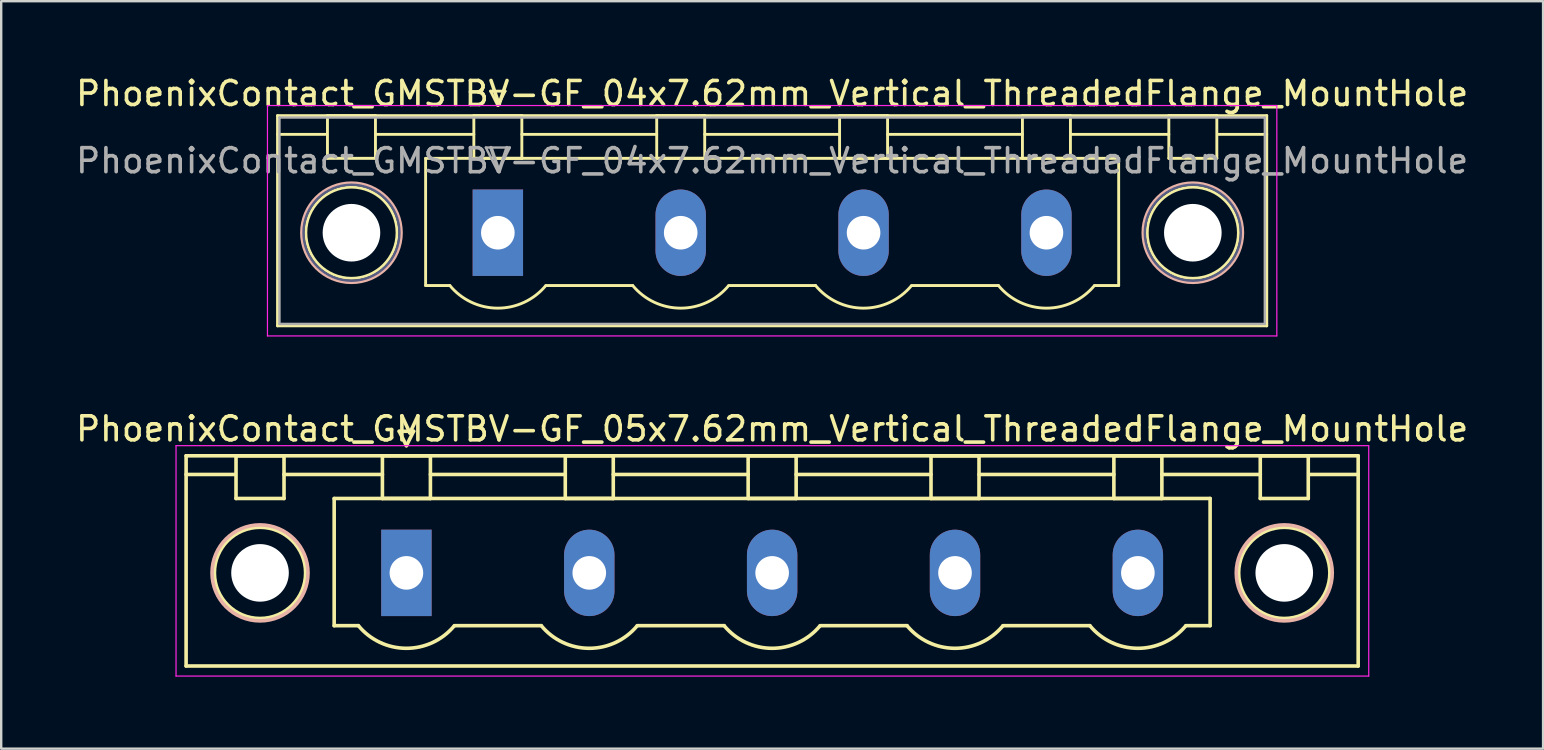
<source format=kicad_pcb>
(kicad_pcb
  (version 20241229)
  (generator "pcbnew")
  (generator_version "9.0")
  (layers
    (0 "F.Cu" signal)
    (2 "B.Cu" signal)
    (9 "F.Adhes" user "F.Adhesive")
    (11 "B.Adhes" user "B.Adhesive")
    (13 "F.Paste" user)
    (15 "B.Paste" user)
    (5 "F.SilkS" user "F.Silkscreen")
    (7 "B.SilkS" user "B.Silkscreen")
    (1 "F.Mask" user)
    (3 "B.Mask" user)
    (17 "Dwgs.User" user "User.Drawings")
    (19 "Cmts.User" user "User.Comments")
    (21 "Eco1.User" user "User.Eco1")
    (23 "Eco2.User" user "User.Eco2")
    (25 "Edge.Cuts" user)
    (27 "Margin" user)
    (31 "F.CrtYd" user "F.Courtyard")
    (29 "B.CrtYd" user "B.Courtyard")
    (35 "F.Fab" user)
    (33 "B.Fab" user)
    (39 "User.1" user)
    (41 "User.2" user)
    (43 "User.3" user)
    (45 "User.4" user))
  (footprint "PhoenixContact_GMSTBV-GF_05x7.62mm_Vertical_ThreadedFlange_MountHole"
    (layer "F.Cu")
    (at 13.885 20.822)
    (property "Reference" "PhoenixContact_GMSTBV-GF_05x7.62mm_Vertical_ThreadedFlange_MountHole" (at 15.24 -6 0) (layer "F.SilkS") (effects (font (size 1 1) (thickness 0.15))))
    (attr through_hole)
    (fp_line (start -9.18 -4.88) (end -9.18 3.88) (stroke (width 0.15) (type solid)) (layer "F.SilkS"))
    (fp_line (start -9.18 -4.1) (end -7.18 -4.1) (stroke (width 0.15) (type solid)) (layer "F.SilkS"))
    (fp_line (start -9.18 3.88) (end 39.66 3.88) (stroke (width 0.15) (type solid)) (layer "F.SilkS"))
    (fp_line (start -7.1 -4.88) (end -5.1 -4.88) (stroke (width 0.15) (type solid)) (layer "F.SilkS"))
    (fp_line (start -7.1 -3.1) (end -7.1 -4.88) (stroke (width 0.15) (type solid)) (layer "F.SilkS"))
    (fp_line (start -5.1 -4.88) (end -5.1 -3.1) (stroke (width 0.15) (type solid)) (layer "F.SilkS"))
    (fp_line (start -5.1 -4.1) (end -1 -4.1) (stroke (width 0.15) (type solid)) (layer "F.SilkS"))
    (fp_line (start -5.1 -3.1) (end -7.1 -3.1) (stroke (width 0.15) (type solid)) (layer "F.SilkS"))
    (fp_line (start -3.01 -3.1) (end 33.49 -3.1) (stroke (width 0.15) (type solid)) (layer "F.SilkS"))
    (fp_line (start -3.01 2.2) (end -3.01 -3.1) (stroke (width 0.15) (type solid)) (layer "F.SilkS"))
    (fp_line (start -2 2.2) (end -3.01 2.2) (stroke (width 0.15) (type solid)) (layer "F.SilkS"))
    (fp_line (start -1 -4.88) (end 1 -4.88) (stroke (width 0.15) (type solid)) (layer "F.SilkS"))
    (fp_line (start -1 -3.1) (end -1 -4.88) (stroke (width 0.15) (type solid)) (layer "F.SilkS"))
    (fp_line (start -0.3 -5.9) (end 0 -5.3) (stroke (width 0.15) (type solid)) (layer "F.SilkS"))
    (fp_line (start 0 -5.3) (end 0.3 -5.9) (stroke (width 0.15) (type solid)) (layer "F.SilkS"))
    (fp_line (start 0.3 -5.9) (end -0.3 -5.9) (stroke (width 0.15) (type solid)) (layer "F.SilkS"))
    (fp_line (start 1 -4.88) (end 1 -3.1) (stroke (width 0.15) (type solid)) (layer "F.SilkS"))
    (fp_line (start 1 -4.1) (end 6.62 -4.1) (stroke (width 0.15) (type solid)) (layer "F.SilkS"))
    (fp_line (start 1 -3.1) (end -1 -3.1) (stroke (width 0.15) (type solid)) (layer "F.SilkS"))
    (fp_line (start 2 2.2) (end 5.62 2.2) (stroke (width 0.15) (type solid)) (layer "F.SilkS"))
    (fp_line (start 6.62 -4.88) (end 8.62 -4.88) (stroke (width 0.15) (type solid)) (layer "F.SilkS"))
    (fp_line (start 6.62 -3.1) (end 6.62 -4.88) (stroke (width 0.15) (type solid)) (layer "F.SilkS"))
    (fp_line (start 8.62 -4.88) (end 8.62 -3.1) (stroke (width 0.15) (type solid)) (layer "F.SilkS"))
    (fp_line (start 8.62 -4.1) (end 14.24 -4.1) (stroke (width 0.15) (type solid)) (layer "F.SilkS"))
    (fp_line (start 8.62 -3.1) (end 6.62 -3.1) (stroke (width 0.15) (type solid)) (layer "F.SilkS"))
    (fp_line (start 9.62 2.2) (end 13.24 2.2) (stroke (width 0.15) (type solid)) (layer "F.SilkS"))
    (fp_line (start 14.24 -4.88) (end 16.24 -4.88) (stroke (width 0.15) (type solid)) (layer "F.SilkS"))
    (fp_line (start 14.24 -3.1) (end 14.24 -4.88) (stroke (width 0.15) (type solid)) (layer "F.SilkS"))
    (fp_line (start 16.24 -4.88) (end 16.24 -3.1) (stroke (width 0.15) (type solid)) (layer "F.SilkS"))
    (fp_line (start 16.24 -4.1) (end 21.86 -4.1) (stroke (width 0.15) (type solid)) (layer "F.SilkS"))
    (fp_line (start 16.24 -3.1) (end 14.24 -3.1) (stroke (width 0.15) (type solid)) (layer "F.SilkS"))
    (fp_line (start 17.24 2.2) (end 20.86 2.2) (stroke (width 0.15) (type solid)) (layer "F.SilkS"))
    (fp_line (start 21.86 -4.88) (end 23.86 -4.88) (stroke (width 0.15) (type solid)) (layer "F.SilkS"))
    (fp_line (start 21.86 -3.1) (end 21.86 -4.88) (stroke (width 0.15) (type solid)) (layer "F.SilkS"))
    (fp_line (start 23.86 -4.88) (end 23.86 -3.1) (stroke (width 0.15) (type solid)) (layer "F.SilkS"))
    (fp_line (start 23.86 -4.1) (end 29.48 -4.1) (stroke (width 0.15) (type solid)) (layer "F.SilkS"))
    (fp_line (start 23.86 -3.1) (end 21.86 -3.1) (stroke (width 0.15) (type solid)) (layer "F.SilkS"))
    (fp_line (start 24.86 2.2) (end 28.48 2.2) (stroke (width 0.15) (type solid)) (layer "F.SilkS"))
    (fp_line (start 29.48 -4.88) (end 31.48 -4.88) (stroke (width 0.15) (type solid)) (layer "F.SilkS"))
    (fp_line (start 29.48 -3.1) (end 29.48 -4.88) (stroke (width 0.15) (type solid)) (layer "F.SilkS"))
    (fp_line (start 31.48 -4.88) (end 31.48 -3.1) (stroke (width 0.15) (type solid)) (layer "F.SilkS"))
    (fp_line (start 31.48 -4.1) (end 35.58 -4.1) (stroke (width 0.15) (type solid)) (layer "F.SilkS"))
    (fp_line (start 31.48 -3.1) (end 29.48 -3.1) (stroke (width 0.15) (type solid)) (layer "F.SilkS"))
    (fp_line (start 33.49 -3.1) (end 33.49 2.2) (stroke (width 0.15) (type solid)) (layer "F.SilkS"))
    (fp_line (start 33.49 2.2) (end 32.48 2.2) (stroke (width 0.15) (type solid)) (layer "F.SilkS"))
    (fp_line (start 35.58 -4.88) (end 37.58 -4.88) (stroke (width 0.15) (type solid)) (layer "F.SilkS"))
    (fp_line (start 35.58 -3.1) (end 35.58 -4.88) (stroke (width 0.15) (type solid)) (layer "F.SilkS"))
    (fp_line (start 37.58 -4.88) (end 37.58 -3.1) (stroke (width 0.15) (type solid)) (layer "F.SilkS"))
    (fp_line (start 37.58 -3.1) (end 35.58 -3.1) (stroke (width 0.15) (type solid)) (layer "F.SilkS"))
    (fp_line (start 39.66 -4.88) (end -9.18 -4.88) (stroke (width 0.15) (type solid)) (layer "F.SilkS"))
    (fp_line (start 39.66 -4.1) (end 37.66 -4.1) (stroke (width 0.15) (type solid)) (layer "F.SilkS"))
    (fp_line (start 39.66 3.88) (end 39.66 -4.88) (stroke (width 0.15) (type solid)) (layer "F.SilkS"))
    (fp_arc (start 1.986842 2.215821) (mid -0.010289 3.142758) (end -2 2.2) (stroke (width 0.15) (type solid)) (layer "F.SilkS"))
    (fp_arc (start 9.606842 2.215821) (mid 7.609711 3.142758) (end 5.62 2.2) (stroke (width 0.15) (type solid)) (layer "F.SilkS"))
    (fp_arc (start 17.226842 2.215821) (mid 15.229711 3.142758) (end 13.24 2.2) (stroke (width 0.15) (type solid)) (layer "F.SilkS"))
    (fp_arc (start 24.846842 2.215821) (mid 22.849711 3.142758) (end 20.86 2.2) (stroke (width 0.15) (type solid)) (layer "F.SilkS"))
    (fp_arc (start 32.466842 2.215821) (mid 30.469711 3.142758) (end 28.48 2.2) (stroke (width 0.15) (type solid)) (layer "F.SilkS"))
    (fp_circle (center -6.1 0) (end -5.1 0) (stroke (width 0.15) (type solid)) (fill no) (layer "F.SilkS"))
    (fp_circle (center -6.1 0) (end -4.2 0) (stroke (width 0.15) (type solid)) (fill no) (layer "F.SilkS"))
    (fp_circle (center 36.58 0) (end 37.58 0) (stroke (width 0.15) (type solid)) (fill no) (layer "F.SilkS"))
    (fp_circle (center 36.58 0) (end 38.48 0) (stroke (width 0.15) (type solid)) (fill no) (layer "F.SilkS"))
    (fp_circle (center -6.1 0) (end -4.1 0) (stroke (width 0.15) (type solid)) (fill no) (layer "B.SilkS"))
    (fp_circle (center 36.58 0) (end 38.58 0) (stroke (width 0.15) (type solid)) (fill no) (layer "B.SilkS"))
    (fp_line (start -9.6 -5.3) (end -9.6 4.3) (stroke (width 0.05) (type solid)) (layer "F.CrtYd"))
    (fp_line (start -9.6 4.3) (end 40.1 4.3) (stroke (width 0.05) (type solid)) (layer "F.CrtYd"))
    (fp_line (start 40.1 -5.3) (end -9.6 -5.3) (stroke (width 0.05) (type solid)) (layer "F.CrtYd"))
    (fp_line (start 40.1 4.3) (end 40.1 -5.3) (stroke (width 0.05) (type solid)) (layer "F.CrtYd"))
    (pad "" np_thru_hole circle (at -6.1 0) (size 2.4 2.4) (drill 2.4) (layers "*.Cu" "*.Mask"))
    (pad "" np_thru_hole circle (at 36.58 0) (size 2.4 2.4) (drill 2.4) (layers "*.Cu" "*.Mask"))
    (pad "1" thru_hole rect (at 0 0) (size 2.1 3.6) (drill 1.4) (layers "*.Cu" "*.Mask"))
    (pad "2" thru_hole oval (at 7.62 0) (size 2.1 3.6) (drill 1.4) (layers "*.Cu" "*.Mask"))
    (pad "3" thru_hole oval (at 15.24 0) (size 2.1 3.6) (drill 1.4) (layers "*.Cu" "*.Mask"))
    (pad "4" thru_hole oval (at 22.86 0) (size 2.1 3.6) (drill 1.4) (layers "*.Cu" "*.Mask"))
    (pad "5" thru_hole oval (at 30.48 0) (size 2.1 3.6) (drill 1.4) (layers "*.Cu" "*.Mask")))
  (footprint "PhoenixContact_GMSTBV-GF_04x7.62mm_Vertical_ThreadedFlange_MountHole"
    (layer "F.Cu")
    (at 17.695 6.648)
    (property "Reference" "PhoenixContact_GMSTBV-GF_04x7.62mm_Vertical_ThreadedFlange_MountHole" (at 11.43 -5.8 0) (layer "F.SilkS") (effects (font (size 1 1) (thickness 0.15))))
    (attr through_hole)
    (fp_line (start -9.18 -4.88) (end -9.18 3.88) (stroke (width 0.12) (type solid)) (layer "F.SilkS"))
    (fp_line (start -9.18 -4.1) (end -7.18 -4.1) (stroke (width 0.12) (type solid)) (layer "F.SilkS"))
    (fp_line (start -9.18 3.88) (end 32.04 3.88) (stroke (width 0.12) (type solid)) (layer "F.SilkS"))
    (fp_line (start -7.1 -4.88) (end -5.1 -4.88) (stroke (width 0.12) (type solid)) (layer "F.SilkS"))
    (fp_line (start -7.1 -3.1) (end -7.1 -4.88) (stroke (width 0.12) (type solid)) (layer "F.SilkS"))
    (fp_line (start -5.1 -4.88) (end -5.1 -3.1) (stroke (width 0.12) (type solid)) (layer "F.SilkS"))
    (fp_line (start -5.1 -4.1) (end -1 -4.1) (stroke (width 0.12) (type solid)) (layer "F.SilkS"))
    (fp_line (start -5.1 -3.1) (end -7.1 -3.1) (stroke (width 0.12) (type solid)) (layer "F.SilkS"))
    (fp_line (start -3.01 -3.1) (end 25.87 -3.1) (stroke (width 0.12) (type solid)) (layer "F.SilkS"))
    (fp_line (start -3.01 2.2) (end -3.01 -3.1) (stroke (width 0.12) (type solid)) (layer "F.SilkS"))
    (fp_line (start -2 2.2) (end -3.01 2.2) (stroke (width 0.12) (type solid)) (layer "F.SilkS"))
    (fp_line (start -1 -4.88) (end 1 -4.88) (stroke (width 0.12) (type solid)) (layer "F.SilkS"))
    (fp_line (start -1 -3.1) (end -1 -4.88) (stroke (width 0.12) (type solid)) (layer "F.SilkS"))
    (fp_line (start -0.3 -5.9) (end 0.3 -5.9) (stroke (width 0.12) (type solid)) (layer "F.SilkS"))
    (fp_line (start 0 -5.3) (end -0.3 -5.9) (stroke (width 0.12) (type solid)) (layer "F.SilkS"))
    (fp_line (start 0.3 -5.9) (end 0 -5.3) (stroke (width 0.12) (type solid)) (layer "F.SilkS"))
    (fp_line (start 1 -4.88) (end 1 -3.1) (stroke (width 0.12) (type solid)) (layer "F.SilkS"))
    (fp_line (start 1 -4.1) (end 6.62 -4.1) (stroke (width 0.12) (type solid)) (layer "F.SilkS"))
    (fp_line (start 1 -3.1) (end -1 -3.1) (stroke (width 0.12) (type solid)) (layer "F.SilkS"))
    (fp_line (start 2 2.2) (end 5.62 2.2) (stroke (width 0.12) (type solid)) (layer "F.SilkS"))
    (fp_line (start 6.62 -4.88) (end 8.62 -4.88) (stroke (width 0.12) (type solid)) (layer "F.SilkS"))
    (fp_line (start 6.62 -3.1) (end 6.62 -4.88) (stroke (width 0.12) (type solid)) (layer "F.SilkS"))
    (fp_line (start 8.62 -4.88) (end 8.62 -3.1) (stroke (width 0.12) (type solid)) (layer "F.SilkS"))
    (fp_line (start 8.62 -4.1) (end 14.24 -4.1) (stroke (width 0.12) (type solid)) (layer "F.SilkS"))
    (fp_line (start 8.62 -3.1) (end 6.62 -3.1) (stroke (width 0.12) (type solid)) (layer "F.SilkS"))
    (fp_line (start 9.62 2.2) (end 13.24 2.2) (stroke (width 0.12) (type solid)) (layer "F.SilkS"))
    (fp_line (start 14.24 -4.88) (end 16.24 -4.88) (stroke (width 0.12) (type solid)) (layer "F.SilkS"))
    (fp_line (start 14.24 -3.1) (end 14.24 -4.88) (stroke (width 0.12) (type solid)) (layer "F.SilkS"))
    (fp_line (start 16.24 -4.88) (end 16.24 -3.1) (stroke (width 0.12) (type solid)) (layer "F.SilkS"))
    (fp_line (start 16.24 -4.1) (end 21.86 -4.1) (stroke (width 0.12) (type solid)) (layer "F.SilkS"))
    (fp_line (start 16.24 -3.1) (end 14.24 -3.1) (stroke (width 0.12) (type solid)) (layer "F.SilkS"))
    (fp_line (start 17.24 2.2) (end 20.86 2.2) (stroke (width 0.12) (type solid)) (layer "F.SilkS"))
    (fp_line (start 21.86 -4.88) (end 23.86 -4.88) (stroke (width 0.12) (type solid)) (layer "F.SilkS"))
    (fp_line (start 21.86 -3.1) (end 21.86 -4.88) (stroke (width 0.12) (type solid)) (layer "F.SilkS"))
    (fp_line (start 23.86 -4.88) (end 23.86 -3.1) (stroke (width 0.12) (type solid)) (layer "F.SilkS"))
    (fp_line (start 23.86 -4.1) (end 27.96 -4.1) (stroke (width 0.12) (type solid)) (layer "F.SilkS"))
    (fp_line (start 23.86 -3.1) (end 21.86 -3.1) (stroke (width 0.12) (type solid)) (layer "F.SilkS"))
    (fp_line (start 25.87 -3.1) (end 25.87 2.2) (stroke (width 0.12) (type solid)) (layer "F.SilkS"))
    (fp_line (start 25.87 2.2) (end 24.86 2.2) (stroke (width 0.12) (type solid)) (layer "F.SilkS"))
    (fp_line (start 27.96 -4.88) (end 29.96 -4.88) (stroke (width 0.12) (type solid)) (layer "F.SilkS"))
    (fp_line (start 27.96 -3.1) (end 27.96 -4.88) (stroke (width 0.12) (type solid)) (layer "F.SilkS"))
    (fp_line (start 29.96 -4.88) (end 29.96 -3.1) (stroke (width 0.12) (type solid)) (layer "F.SilkS"))
    (fp_line (start 29.96 -3.1) (end 27.96 -3.1) (stroke (width 0.12) (type solid)) (layer "F.SilkS"))
    (fp_line (start 32.04 -4.88) (end -9.18 -4.88) (stroke (width 0.12) (type solid)) (layer "F.SilkS"))
    (fp_line (start 32.04 -4.1) (end 30.04 -4.1) (stroke (width 0.12) (type solid)) (layer "F.SilkS"))
    (fp_line (start 32.04 3.88) (end 32.04 -4.88) (stroke (width 0.12) (type solid)) (layer "F.SilkS"))
    (fp_arc (start 1.986842 2.215821) (mid -0.010289 3.142758) (end -2 2.2) (stroke (width 0.12) (type solid)) (layer "F.SilkS"))
    (fp_arc (start 9.606842 2.215821) (mid 7.609711 3.142758) (end 5.62 2.2) (stroke (width 0.12) (type solid)) (layer "F.SilkS"))
    (fp_arc (start 17.226842 2.215821) (mid 15.229711 3.142758) (end 13.24 2.2) (stroke (width 0.12) (type solid)) (layer "F.SilkS"))
    (fp_arc (start 24.846842 2.215821) (mid 22.849711 3.142758) (end 20.86 2.2) (stroke (width 0.12) (type solid)) (layer "F.SilkS"))
    (fp_circle (center -6.1 0) (end -4.2 0) (stroke (width 0.12) (type solid)) (fill no) (layer "F.SilkS"))
    (fp_circle (center 28.96 0) (end 30.86 0) (stroke (width 0.12) (type solid)) (fill no) (layer "F.SilkS"))
    (fp_circle (center -6.1 0) (end -4.02 0) (stroke (width 0.12) (type solid)) (fill no) (layer "B.SilkS"))
    (fp_circle (center 28.96 0) (end 31.04 0) (stroke (width 0.12) (type solid)) (fill no) (layer "B.SilkS"))
    (fp_line (start -9.6 -5.3) (end -9.6 4.3) (stroke (width 0.05) (type solid)) (layer "F.CrtYd"))
    (fp_line (start -9.6 4.3) (end 32.46 4.3) (stroke (width 0.05) (type solid)) (layer "F.CrtYd"))
    (fp_line (start 32.46 -5.3) (end -9.6 -5.3) (stroke (width 0.05) (type solid)) (layer "F.CrtYd"))
    (fp_line (start 32.46 4.3) (end 32.46 -5.3) (stroke (width 0.05) (type solid)) (layer "F.CrtYd"))
    (fp_circle (center -6.1 0) (end -4.1 0) (stroke (width 0.1) (type solid)) (fill no) (layer "B.Fab"))
    (fp_circle (center 28.96 0) (end 30.96 0) (stroke (width 0.1) (type solid)) (fill no) (layer "B.Fab"))
    (fp_line (start -9.1 -4.8) (end -9.1 3.8) (stroke (width 0.1) (type solid)) (layer "F.Fab"))
    (fp_line (start -9.1 3.8) (end 31.96 3.8) (stroke (width 0.1) (type solid)) (layer "F.Fab"))
    (fp_line (start -0.5 -3.55) (end 0.5 -3.55) (stroke (width 0.1) (type solid)) (layer "F.Fab"))
    (fp_line (start 0 -2.55) (end -0.5 -3.55) (stroke (width 0.1) (type solid)) (layer "F.Fab"))
    (fp_line (start 0.5 -3.55) (end 0 -2.55) (stroke (width 0.1) (type solid)) (layer "F.Fab"))
    (fp_line (start 31.96 -4.8) (end -9.1 -4.8) (stroke (width 0.1) (type solid)) (layer "F.Fab"))
    (fp_line (start 31.96 3.8) (end 31.96 -4.8) (stroke (width 0.1) (type solid)) (layer "F.Fab"))
    (fp_text user "${REFERENCE}" (at 11.43 -3 0) (layer "F.Fab") (effects (font (size 1 1) (thickness 0.15))))
    (pad "" np_thru_hole circle (at -6.1 0) (size 2.4 2.4) (drill 2.4) (layers "*.Cu" "*.Mask"))
    (pad "" np_thru_hole circle (at 28.96 0) (size 2.4 2.4) (drill 2.4) (layers "*.Cu" "*.Mask"))
    (pad "1" thru_hole rect (at 0 0) (size 2.1 3.6) (drill 1.4) (layers "*.Cu" "*.Mask"))
    (pad "2" thru_hole oval (at 7.62 0) (size 2.1 3.6) (drill 1.4) (layers "*.Cu" "*.Mask"))
    (pad "3" thru_hole oval (at 15.24 0) (size 2.1 3.6) (drill 1.4) (layers "*.Cu" "*.Mask"))
    (pad "4" thru_hole oval (at 22.86 0) (size 2.1 3.6) (drill 1.4) (layers "*.Cu" "*.Mask")))
  (gr_rect
    (start -3 -3)
    (end 61.25 28.146)
    (stroke (width 0.1) (type default))
    (fill no)
    (layer "Edge.Cuts")))
</source>
